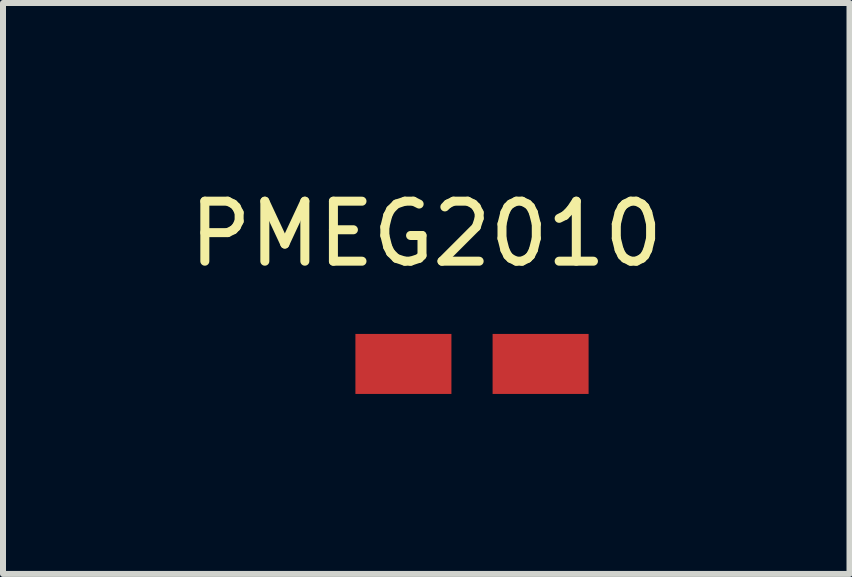
<source format=kicad_pcb>
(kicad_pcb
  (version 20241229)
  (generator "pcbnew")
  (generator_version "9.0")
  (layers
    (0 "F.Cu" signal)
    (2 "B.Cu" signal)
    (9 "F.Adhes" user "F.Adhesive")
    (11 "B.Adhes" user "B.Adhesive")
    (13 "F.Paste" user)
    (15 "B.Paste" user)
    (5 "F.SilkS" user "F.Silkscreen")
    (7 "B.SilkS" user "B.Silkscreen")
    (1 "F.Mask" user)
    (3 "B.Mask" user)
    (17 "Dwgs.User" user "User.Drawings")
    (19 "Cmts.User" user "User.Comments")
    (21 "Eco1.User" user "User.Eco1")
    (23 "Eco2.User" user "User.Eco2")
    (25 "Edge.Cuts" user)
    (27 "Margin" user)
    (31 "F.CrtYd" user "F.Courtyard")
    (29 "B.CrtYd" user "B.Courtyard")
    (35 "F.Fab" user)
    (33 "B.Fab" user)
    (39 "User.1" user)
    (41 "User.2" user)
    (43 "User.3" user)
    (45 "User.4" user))
  (footprint "PMEG2010"
    (layer "F.Cu")
    (at 4.054 0.348)
    (property "Reference" "PMEG2010" (at 0 0.5 0) (layer "F.SilkS") (effects (font (size 1 1) (thickness 0.15))))
    (attr through_hole)
    (pad "1" smd rect (at -0.381 2.667) (size 1.6 1) (layers "F.Cu" "F.Mask" "F.Paste"))
    (pad "2" smd rect (at 1.905 2.667) (size 1.6 1) (layers "F.Cu" "F.Mask" "F.Paste")))
  (gr_rect
    (start -3 -3)
    (end 11.107 6.515)
    (stroke (width 0.1) (type default))
    (fill no)
    (layer "Edge.Cuts")))
</source>
